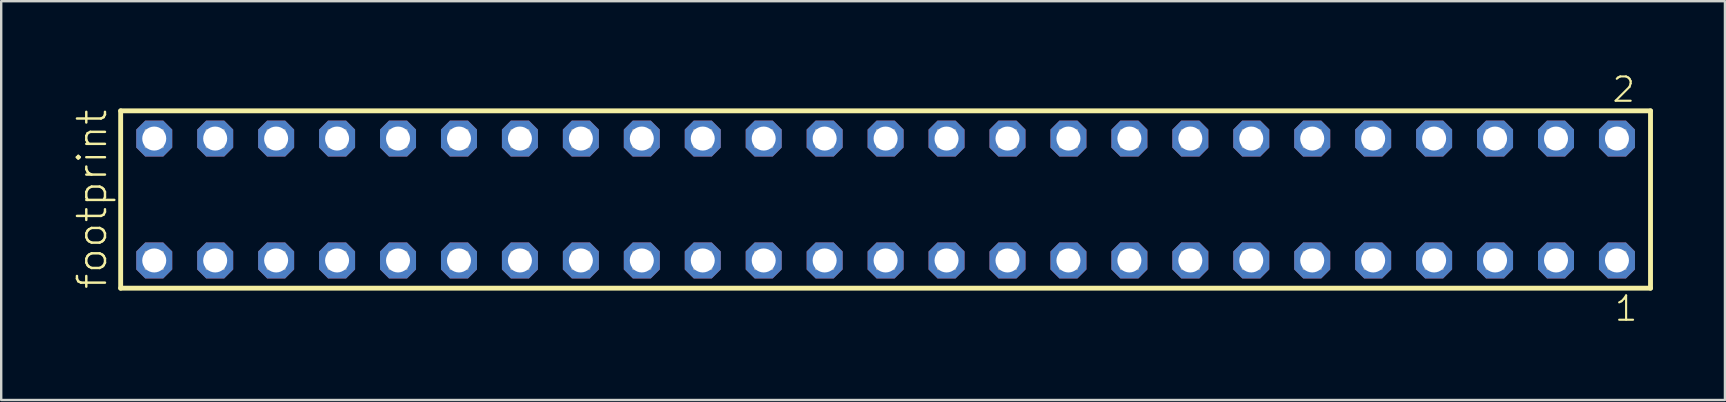
<source format=kicad_pcb>
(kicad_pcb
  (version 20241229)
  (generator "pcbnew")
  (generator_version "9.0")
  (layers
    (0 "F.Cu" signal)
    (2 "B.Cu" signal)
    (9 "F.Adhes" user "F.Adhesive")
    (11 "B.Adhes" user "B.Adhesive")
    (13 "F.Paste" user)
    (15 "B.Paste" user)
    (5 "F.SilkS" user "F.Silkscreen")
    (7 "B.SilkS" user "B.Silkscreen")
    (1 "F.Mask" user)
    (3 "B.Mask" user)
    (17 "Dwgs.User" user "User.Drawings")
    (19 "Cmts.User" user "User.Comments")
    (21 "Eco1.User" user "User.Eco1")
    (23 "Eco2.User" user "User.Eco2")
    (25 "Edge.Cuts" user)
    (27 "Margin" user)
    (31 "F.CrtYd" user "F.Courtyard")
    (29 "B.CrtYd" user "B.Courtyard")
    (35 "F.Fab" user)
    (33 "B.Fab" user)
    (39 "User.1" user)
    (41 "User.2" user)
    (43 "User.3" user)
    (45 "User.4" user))
  (footprint "footprint"
    (layer "F.Cu")
    (at 33.858 5.265)
    (property "Reference" "footprint" (at -32.385 3.81 90) (layer "F.SilkS") (effects (font (size 1.168 1.168) (thickness 0.102)) (justify left bottom)))
    (fp_line (start -31.879 -3.695) (end 31.879 -3.695) (stroke (width 0.203) (type solid)) (layer "F.SilkS"))
    (fp_line (start -31.879 3.695) (end -31.879 -3.695) (stroke (width 0.203) (type solid)) (layer "F.SilkS"))
    (fp_line (start 31.879 -3.695) (end 31.879 3.695) (stroke (width 0.203) (type solid)) (layer "F.SilkS"))
    (fp_line (start 31.879 3.695) (end -31.879 3.695) (stroke (width 0.203) (type solid)) (layer "F.SilkS"))
    (fp_poly (pts (xy -30.83 -2.19) (xy -30.13 -2.19) (xy -30.13 -2.89) (xy -30.83 -2.89)) (stroke (width 0.1) (type solid)) (fill no) (layer "F.Fab"))
    (fp_poly (pts (xy -30.83 2.89) (xy -30.13 2.89) (xy -30.13 2.19) (xy -30.83 2.19)) (stroke (width 0.1) (type solid)) (fill no) (layer "F.Fab"))
    (fp_poly (pts (xy -28.29 -2.19) (xy -27.59 -2.19) (xy -27.59 -2.89) (xy -28.29 -2.89)) (stroke (width 0.1) (type solid)) (fill no) (layer "F.Fab"))
    (fp_poly (pts (xy -28.29 2.89) (xy -27.59 2.89) (xy -27.59 2.19) (xy -28.29 2.19)) (stroke (width 0.1) (type solid)) (fill no) (layer "F.Fab"))
    (fp_poly (pts (xy -25.75 -2.19) (xy -25.05 -2.19) (xy -25.05 -2.89) (xy -25.75 -2.89)) (stroke (width 0.1) (type solid)) (fill no) (layer "F.Fab"))
    (fp_poly (pts (xy -25.75 2.89) (xy -25.05 2.89) (xy -25.05 2.19) (xy -25.75 2.19)) (stroke (width 0.1) (type solid)) (fill no) (layer "F.Fab"))
    (fp_poly (pts (xy -23.21 -2.19) (xy -22.51 -2.19) (xy -22.51 -2.89) (xy -23.21 -2.89)) (stroke (width 0.1) (type solid)) (fill no) (layer "F.Fab"))
    (fp_poly (pts (xy -23.21 2.89) (xy -22.51 2.89) (xy -22.51 2.19) (xy -23.21 2.19)) (stroke (width 0.1) (type solid)) (fill no) (layer "F.Fab"))
    (fp_poly (pts (xy -20.67 -2.19) (xy -19.97 -2.19) (xy -19.97 -2.89) (xy -20.67 -2.89)) (stroke (width 0.1) (type solid)) (fill no) (layer "F.Fab"))
    (fp_poly (pts (xy -20.67 2.89) (xy -19.97 2.89) (xy -19.97 2.19) (xy -20.67 2.19)) (stroke (width 0.1) (type solid)) (fill no) (layer "F.Fab"))
    (fp_poly (pts (xy -18.13 -2.19) (xy -17.43 -2.19) (xy -17.43 -2.89) (xy -18.13 -2.89)) (stroke (width 0.1) (type solid)) (fill no) (layer "F.Fab"))
    (fp_poly (pts (xy -18.13 2.89) (xy -17.43 2.89) (xy -17.43 2.19) (xy -18.13 2.19)) (stroke (width 0.1) (type solid)) (fill no) (layer "F.Fab"))
    (fp_poly (pts (xy -15.59 -2.19) (xy -14.89 -2.19) (xy -14.89 -2.89) (xy -15.59 -2.89)) (stroke (width 0.1) (type solid)) (fill no) (layer "F.Fab"))
    (fp_poly (pts (xy -15.59 2.89) (xy -14.89 2.89) (xy -14.89 2.19) (xy -15.59 2.19)) (stroke (width 0.1) (type solid)) (fill no) (layer "F.Fab"))
    (fp_poly (pts (xy -13.05 -2.19) (xy -12.35 -2.19) (xy -12.35 -2.89) (xy -13.05 -2.89)) (stroke (width 0.1) (type solid)) (fill no) (layer "F.Fab"))
    (fp_poly (pts (xy -13.05 2.89) (xy -12.35 2.89) (xy -12.35 2.19) (xy -13.05 2.19)) (stroke (width 0.1) (type solid)) (fill no) (layer "F.Fab"))
    (fp_poly (pts (xy -10.51 -2.19) (xy -9.81 -2.19) (xy -9.81 -2.89) (xy -10.51 -2.89)) (stroke (width 0.1) (type solid)) (fill no) (layer "F.Fab"))
    (fp_poly (pts (xy -10.51 2.89) (xy -9.81 2.89) (xy -9.81 2.19) (xy -10.51 2.19)) (stroke (width 0.1) (type solid)) (fill no) (layer "F.Fab"))
    (fp_poly (pts (xy -7.97 -2.19) (xy -7.27 -2.19) (xy -7.27 -2.89) (xy -7.97 -2.89)) (stroke (width 0.1) (type solid)) (fill no) (layer "F.Fab"))
    (fp_poly (pts (xy -7.97 2.89) (xy -7.27 2.89) (xy -7.27 2.19) (xy -7.97 2.19)) (stroke (width 0.1) (type solid)) (fill no) (layer "F.Fab"))
    (fp_poly (pts (xy -5.43 -2.19) (xy -4.73 -2.19) (xy -4.73 -2.89) (xy -5.43 -2.89)) (stroke (width 0.1) (type solid)) (fill no) (layer "F.Fab"))
    (fp_poly (pts (xy -5.43 2.89) (xy -4.73 2.89) (xy -4.73 2.19) (xy -5.43 2.19)) (stroke (width 0.1) (type solid)) (fill no) (layer "F.Fab"))
    (fp_poly (pts (xy -2.89 -2.19) (xy -2.19 -2.19) (xy -2.19 -2.89) (xy -2.89 -2.89)) (stroke (width 0.1) (type solid)) (fill no) (layer "F.Fab"))
    (fp_poly (pts (xy -2.89 2.89) (xy -2.19 2.89) (xy -2.19 2.19) (xy -2.89 2.19)) (stroke (width 0.1) (type solid)) (fill no) (layer "F.Fab"))
    (fp_poly (pts (xy -0.35 -2.19) (xy 0.35 -2.19) (xy 0.35 -2.89) (xy -0.35 -2.89)) (stroke (width 0.1) (type solid)) (fill no) (layer "F.Fab"))
    (fp_poly (pts (xy -0.35 2.89) (xy 0.35 2.89) (xy 0.35 2.19) (xy -0.35 2.19)) (stroke (width 0.1) (type solid)) (fill no) (layer "F.Fab"))
    (fp_poly (pts (xy 2.19 -2.19) (xy 2.89 -2.19) (xy 2.89 -2.89) (xy 2.19 -2.89)) (stroke (width 0.1) (type solid)) (fill no) (layer "F.Fab"))
    (fp_poly (pts (xy 2.19 2.89) (xy 2.89 2.89) (xy 2.89 2.19) (xy 2.19 2.19)) (stroke (width 0.1) (type solid)) (fill no) (layer "F.Fab"))
    (fp_poly (pts (xy 4.73 -2.19) (xy 5.43 -2.19) (xy 5.43 -2.89) (xy 4.73 -2.89)) (stroke (width 0.1) (type solid)) (fill no) (layer "F.Fab"))
    (fp_poly (pts (xy 4.73 2.89) (xy 5.43 2.89) (xy 5.43 2.19) (xy 4.73 2.19)) (stroke (width 0.1) (type solid)) (fill no) (layer "F.Fab"))
    (fp_poly (pts (xy 7.27 -2.19) (xy 7.97 -2.19) (xy 7.97 -2.89) (xy 7.27 -2.89)) (stroke (width 0.1) (type solid)) (fill no) (layer "F.Fab"))
    (fp_poly (pts (xy 7.27 2.89) (xy 7.97 2.89) (xy 7.97 2.19) (xy 7.27 2.19)) (stroke (width 0.1) (type solid)) (fill no) (layer "F.Fab"))
    (fp_poly (pts (xy 9.81 -2.19) (xy 10.51 -2.19) (xy 10.51 -2.89) (xy 9.81 -2.89)) (stroke (width 0.1) (type solid)) (fill no) (layer "F.Fab"))
    (fp_poly (pts (xy 9.81 2.89) (xy 10.51 2.89) (xy 10.51 2.19) (xy 9.81 2.19)) (stroke (width 0.1) (type solid)) (fill no) (layer "F.Fab"))
    (fp_poly (pts (xy 12.35 -2.19) (xy 13.05 -2.19) (xy 13.05 -2.89) (xy 12.35 -2.89)) (stroke (width 0.1) (type solid)) (fill no) (layer "F.Fab"))
    (fp_poly (pts (xy 12.35 2.89) (xy 13.05 2.89) (xy 13.05 2.19) (xy 12.35 2.19)) (stroke (width 0.1) (type solid)) (fill no) (layer "F.Fab"))
    (fp_poly (pts (xy 14.89 -2.19) (xy 15.59 -2.19) (xy 15.59 -2.89) (xy 14.89 -2.89)) (stroke (width 0.1) (type solid)) (fill no) (layer "F.Fab"))
    (fp_poly (pts (xy 14.89 2.89) (xy 15.59 2.89) (xy 15.59 2.19) (xy 14.89 2.19)) (stroke (width 0.1) (type solid)) (fill no) (layer "F.Fab"))
    (fp_poly (pts (xy 17.43 -2.19) (xy 18.13 -2.19) (xy 18.13 -2.89) (xy 17.43 -2.89)) (stroke (width 0.1) (type solid)) (fill no) (layer "F.Fab"))
    (fp_poly (pts (xy 17.43 2.89) (xy 18.13 2.89) (xy 18.13 2.19) (xy 17.43 2.19)) (stroke (width 0.1) (type solid)) (fill no) (layer "F.Fab"))
    (fp_poly (pts (xy 19.97 -2.19) (xy 20.67 -2.19) (xy 20.67 -2.89) (xy 19.97 -2.89)) (stroke (width 0.1) (type solid)) (fill no) (layer "F.Fab"))
    (fp_poly (pts (xy 19.97 2.89) (xy 20.67 2.89) (xy 20.67 2.19) (xy 19.97 2.19)) (stroke (width 0.1) (type solid)) (fill no) (layer "F.Fab"))
    (fp_poly (pts (xy 22.51 -2.19) (xy 23.21 -2.19) (xy 23.21 -2.89) (xy 22.51 -2.89)) (stroke (width 0.1) (type solid)) (fill no) (layer "F.Fab"))
    (fp_poly (pts (xy 22.51 2.89) (xy 23.21 2.89) (xy 23.21 2.19) (xy 22.51 2.19)) (stroke (width 0.1) (type solid)) (fill no) (layer "F.Fab"))
    (fp_poly (pts (xy 25.05 -2.19) (xy 25.75 -2.19) (xy 25.75 -2.89) (xy 25.05 -2.89)) (stroke (width 0.1) (type solid)) (fill no) (layer "F.Fab"))
    (fp_poly (pts (xy 25.05 2.89) (xy 25.75 2.89) (xy 25.75 2.19) (xy 25.05 2.19)) (stroke (width 0.1) (type solid)) (fill no) (layer "F.Fab"))
    (fp_poly (pts (xy 27.59 -2.19) (xy 28.29 -2.19) (xy 28.29 -2.89) (xy 27.59 -2.89)) (stroke (width 0.1) (type solid)) (fill no) (layer "F.Fab"))
    (fp_poly (pts (xy 27.59 2.89) (xy 28.29 2.89) (xy 28.29 2.19) (xy 27.59 2.19)) (stroke (width 0.1) (type solid)) (fill no) (layer "F.Fab"))
    (fp_poly (pts (xy 30.13 -2.19) (xy 30.83 -2.19) (xy 30.83 -2.89) (xy 30.13 -2.89)) (stroke (width 0.1) (type solid)) (fill no) (layer "F.Fab"))
    (fp_poly (pts (xy 30.13 2.89) (xy 30.83 2.89) (xy 30.83 2.19) (xy 30.13 2.19)) (stroke (width 0.1) (type solid)) (fill no) (layer "F.Fab"))
    (fp_text user "2" (at 30.222 -3.989 0) (layer "F.SilkS") (effects (font (size 1.012 1.012) (thickness 0.088)) (justify left bottom)))
    (fp_text user "1" (at 30.322 5.138 0) (layer "F.SilkS") (effects (font (size 1.012 1.012) (thickness 0.088)) (justify left bottom)))
    (pad "1" thru_hole roundrect (at 30.48 2.54 180) (size 1.5 1.5) (drill 1) (layers "*.Cu" "*.Mask") (roundrect_rratio 0.25) (chamfer_ratio 0.25) (chamfer top_left top_right bottom_left bottom_right))
    (pad "2" thru_hole roundrect (at 30.48 -2.54 180) (size 1.5 1.5) (drill 1) (layers "*.Cu" "*.Mask") (roundrect_rratio 0.25) (chamfer_ratio 0.25) (chamfer top_left top_right bottom_left bottom_right))
    (pad "3" thru_hole roundrect (at 27.94 2.54 180) (size 1.5 1.5) (drill 1) (layers "*.Cu" "*.Mask") (roundrect_rratio 0.25) (chamfer_ratio 0.25) (chamfer top_left top_right bottom_left bottom_right))
    (pad "4" thru_hole roundrect (at 27.94 -2.54 180) (size 1.5 1.5) (drill 1) (layers "*.Cu" "*.Mask") (roundrect_rratio 0.25) (chamfer_ratio 0.25) (chamfer top_left top_right bottom_left bottom_right))
    (pad "5" thru_hole roundrect (at 25.4 2.54 180) (size 1.5 1.5) (drill 1) (layers "*.Cu" "*.Mask") (roundrect_rratio 0.25) (chamfer_ratio 0.25) (chamfer top_left top_right bottom_left bottom_right))
    (pad "6" thru_hole roundrect (at 25.4 -2.54 180) (size 1.5 1.5) (drill 1) (layers "*.Cu" "*.Mask") (roundrect_rratio 0.25) (chamfer_ratio 0.25) (chamfer top_left top_right bottom_left bottom_right))
    (pad "7" thru_hole roundrect (at 22.86 2.54 180) (size 1.5 1.5) (drill 1) (layers "*.Cu" "*.Mask") (roundrect_rratio 0.25) (chamfer_ratio 0.25) (chamfer top_left top_right bottom_left bottom_right))
    (pad "8" thru_hole roundrect (at 22.86 -2.54 180) (size 1.5 1.5) (drill 1) (layers "*.Cu" "*.Mask") (roundrect_rratio 0.25) (chamfer_ratio 0.25) (chamfer top_left top_right bottom_left bottom_right))
    (pad "9" thru_hole roundrect (at 20.32 2.54 180) (size 1.5 1.5) (drill 1) (layers "*.Cu" "*.Mask") (roundrect_rratio 0.25) (chamfer_ratio 0.25) (chamfer top_left top_right bottom_left bottom_right))
    (pad "10" thru_hole roundrect (at 20.32 -2.54 180) (size 1.5 1.5) (drill 1) (layers "*.Cu" "*.Mask") (roundrect_rratio 0.25) (chamfer_ratio 0.25) (chamfer top_left top_right bottom_left bottom_right))
    (pad "11" thru_hole roundrect (at 17.78 2.54 180) (size 1.5 1.5) (drill 1) (layers "*.Cu" "*.Mask") (roundrect_rratio 0.25) (chamfer_ratio 0.25) (chamfer top_left top_right bottom_left bottom_right))
    (pad "12" thru_hole roundrect (at 17.78 -2.54 180) (size 1.5 1.5) (drill 1) (layers "*.Cu" "*.Mask") (roundrect_rratio 0.25) (chamfer_ratio 0.25) (chamfer top_left top_right bottom_left bottom_right))
    (pad "13" thru_hole roundrect (at 15.24 2.54 180) (size 1.5 1.5) (drill 1) (layers "*.Cu" "*.Mask") (roundrect_rratio 0.25) (chamfer_ratio 0.25) (chamfer top_left top_right bottom_left bottom_right))
    (pad "14" thru_hole roundrect (at 15.24 -2.54 180) (size 1.5 1.5) (drill 1) (layers "*.Cu" "*.Mask") (roundrect_rratio 0.25) (chamfer_ratio 0.25) (chamfer top_left top_right bottom_left bottom_right))
    (pad "15" thru_hole roundrect (at 12.7 2.54 180) (size 1.5 1.5) (drill 1) (layers "*.Cu" "*.Mask") (roundrect_rratio 0.25) (chamfer_ratio 0.25) (chamfer top_left top_right bottom_left bottom_right))
    (pad "16" thru_hole roundrect (at 12.7 -2.54 180) (size 1.5 1.5) (drill 1) (layers "*.Cu" "*.Mask") (roundrect_rratio 0.25) (chamfer_ratio 0.25) (chamfer top_left top_right bottom_left bottom_right))
    (pad "17" thru_hole roundrect (at 10.16 2.54 180) (size 1.5 1.5) (drill 1) (layers "*.Cu" "*.Mask") (roundrect_rratio 0.25) (chamfer_ratio 0.25) (chamfer top_left top_right bottom_left bottom_right))
    (pad "18" thru_hole roundrect (at 10.16 -2.54 180) (size 1.5 1.5) (drill 1) (layers "*.Cu" "*.Mask") (roundrect_rratio 0.25) (chamfer_ratio 0.25) (chamfer top_left top_right bottom_left bottom_right))
    (pad "19" thru_hole roundrect (at 7.62 2.54 180) (size 1.5 1.5) (drill 1) (layers "*.Cu" "*.Mask") (roundrect_rratio 0.25) (chamfer_ratio 0.25) (chamfer top_left top_right bottom_left bottom_right))
    (pad "20" thru_hole roundrect (at 7.62 -2.54 180) (size 1.5 1.5) (drill 1) (layers "*.Cu" "*.Mask") (roundrect_rratio 0.25) (chamfer_ratio 0.25) (chamfer top_left top_right bottom_left bottom_right))
    (pad "21" thru_hole roundrect (at 5.08 2.54 180) (size 1.5 1.5) (drill 1) (layers "*.Cu" "*.Mask") (roundrect_rratio 0.25) (chamfer_ratio 0.25) (chamfer top_left top_right bottom_left bottom_right))
    (pad "22" thru_hole roundrect (at 5.08 -2.54 180) (size 1.5 1.5) (drill 1) (layers "*.Cu" "*.Mask") (roundrect_rratio 0.25) (chamfer_ratio 0.25) (chamfer top_left top_right bottom_left bottom_right))
    (pad "23" thru_hole roundrect (at 2.54 2.54 180) (size 1.5 1.5) (drill 1) (layers "*.Cu" "*.Mask") (roundrect_rratio 0.25) (chamfer_ratio 0.25) (chamfer top_left top_right bottom_left bottom_right))
    (pad "24" thru_hole roundrect (at 2.54 -2.54 180) (size 1.5 1.5) (drill 1) (layers "*.Cu" "*.Mask") (roundrect_rratio 0.25) (chamfer_ratio 0.25) (chamfer top_left top_right bottom_left bottom_right))
    (pad "25" thru_hole roundrect (at 0 2.54 180) (size 1.5 1.5) (drill 1) (layers "*.Cu" "*.Mask") (roundrect_rratio 0.25) (chamfer_ratio 0.25) (chamfer top_left top_right bottom_left bottom_right))
    (pad "26" thru_hole roundrect (at 0 -2.54 180) (size 1.5 1.5) (drill 1) (layers "*.Cu" "*.Mask") (roundrect_rratio 0.25) (chamfer_ratio 0.25) (chamfer top_left top_right bottom_left bottom_right))
    (pad "27" thru_hole roundrect (at -2.54 2.54 180) (size 1.5 1.5) (drill 1) (layers "*.Cu" "*.Mask") (roundrect_rratio 0.25) (chamfer_ratio 0.25) (chamfer top_left top_right bottom_left bottom_right))
    (pad "28" thru_hole roundrect (at -2.54 -2.54 180) (size 1.5 1.5) (drill 1) (layers "*.Cu" "*.Mask") (roundrect_rratio 0.25) (chamfer_ratio 0.25) (chamfer top_left top_right bottom_left bottom_right))
    (pad "29" thru_hole roundrect (at -5.08 2.54 180) (size 1.5 1.5) (drill 1) (layers "*.Cu" "*.Mask") (roundrect_rratio 0.25) (chamfer_ratio 0.25) (chamfer top_left top_right bottom_left bottom_right))
    (pad "30" thru_hole roundrect (at -5.08 -2.54 180) (size 1.5 1.5) (drill 1) (layers "*.Cu" "*.Mask") (roundrect_rratio 0.25) (chamfer_ratio 0.25) (chamfer top_left top_right bottom_left bottom_right))
    (pad "31" thru_hole roundrect (at -7.62 2.54 180) (size 1.5 1.5) (drill 1) (layers "*.Cu" "*.Mask") (roundrect_rratio 0.25) (chamfer_ratio 0.25) (chamfer top_left top_right bottom_left bottom_right))
    (pad "32" thru_hole roundrect (at -7.62 -2.54 180) (size 1.5 1.5) (drill 1) (layers "*.Cu" "*.Mask") (roundrect_rratio 0.25) (chamfer_ratio 0.25) (chamfer top_left top_right bottom_left bottom_right))
    (pad "33" thru_hole roundrect (at -10.16 2.54 180) (size 1.5 1.5) (drill 1) (layers "*.Cu" "*.Mask") (roundrect_rratio 0.25) (chamfer_ratio 0.25) (chamfer top_left top_right bottom_left bottom_right))
    (pad "34" thru_hole roundrect (at -10.16 -2.54 180) (size 1.5 1.5) (drill 1) (layers "*.Cu" "*.Mask") (roundrect_rratio 0.25) (chamfer_ratio 0.25) (chamfer top_left top_right bottom_left bottom_right))
    (pad "35" thru_hole roundrect (at -12.7 2.54 180) (size 1.5 1.5) (drill 1) (layers "*.Cu" "*.Mask") (roundrect_rratio 0.25) (chamfer_ratio 0.25) (chamfer top_left top_right bottom_left bottom_right))
    (pad "36" thru_hole roundrect (at -12.7 -2.54 180) (size 1.5 1.5) (drill 1) (layers "*.Cu" "*.Mask") (roundrect_rratio 0.25) (chamfer_ratio 0.25) (chamfer top_left top_right bottom_left bottom_right))
    (pad "37" thru_hole roundrect (at -15.24 2.54 180) (size 1.5 1.5) (drill 1) (layers "*.Cu" "*.Mask") (roundrect_rratio 0.25) (chamfer_ratio 0.25) (chamfer top_left top_right bottom_left bottom_right))
    (pad "38" thru_hole roundrect (at -15.24 -2.54 180) (size 1.5 1.5) (drill 1) (layers "*.Cu" "*.Mask") (roundrect_rratio 0.25) (chamfer_ratio 0.25) (chamfer top_left top_right bottom_left bottom_right))
    (pad "39" thru_hole roundrect (at -17.78 2.54 180) (size 1.5 1.5) (drill 1) (layers "*.Cu" "*.Mask") (roundrect_rratio 0.25) (chamfer_ratio 0.25) (chamfer top_left top_right bottom_left bottom_right))
    (pad "40" thru_hole roundrect (at -17.78 -2.54 180) (size 1.5 1.5) (drill 1) (layers "*.Cu" "*.Mask") (roundrect_rratio 0.25) (chamfer_ratio 0.25) (chamfer top_left top_right bottom_left bottom_right))
    (pad "41" thru_hole roundrect (at -20.32 2.54 180) (size 1.5 1.5) (drill 1) (layers "*.Cu" "*.Mask") (roundrect_rratio 0.25) (chamfer_ratio 0.25) (chamfer top_left top_right bottom_left bottom_right))
    (pad "42" thru_hole roundrect (at -20.32 -2.54 180) (size 1.5 1.5) (drill 1) (layers "*.Cu" "*.Mask") (roundrect_rratio 0.25) (chamfer_ratio 0.25) (chamfer top_left top_right bottom_left bottom_right))
    (pad "43" thru_hole roundrect (at -22.86 2.54 180) (size 1.5 1.5) (drill 1) (layers "*.Cu" "*.Mask") (roundrect_rratio 0.25) (chamfer_ratio 0.25) (chamfer top_left top_right bottom_left bottom_right))
    (pad "44" thru_hole roundrect (at -22.86 -2.54 180) (size 1.5 1.5) (drill 1) (layers "*.Cu" "*.Mask") (roundrect_rratio 0.25) (chamfer_ratio 0.25) (chamfer top_left top_right bottom_left bottom_right))
    (pad "45" thru_hole roundrect (at -25.4 2.54 180) (size 1.5 1.5) (drill 1) (layers "*.Cu" "*.Mask") (roundrect_rratio 0.25) (chamfer_ratio 0.25) (chamfer top_left top_right bottom_left bottom_right))
    (pad "46" thru_hole roundrect (at -25.4 -2.54 180) (size 1.5 1.5) (drill 1) (layers "*.Cu" "*.Mask") (roundrect_rratio 0.25) (chamfer_ratio 0.25) (chamfer top_left top_right bottom_left bottom_right))
    (pad "47" thru_hole roundrect (at -27.94 2.54 180) (size 1.5 1.5) (drill 1) (layers "*.Cu" "*.Mask") (roundrect_rratio 0.25) (chamfer_ratio 0.25) (chamfer top_left top_right bottom_left bottom_right))
    (pad "48" thru_hole roundrect (at -27.94 -2.54 180) (size 1.5 1.5) (drill 1) (layers "*.Cu" "*.Mask") (roundrect_rratio 0.25) (chamfer_ratio 0.25) (chamfer top_left top_right bottom_left bottom_right))
    (pad "49" thru_hole roundrect (at -30.48 2.54 180) (size 1.5 1.5) (drill 1) (layers "*.Cu" "*.Mask") (roundrect_rratio 0.25) (chamfer_ratio 0.25) (chamfer top_left top_right bottom_left bottom_right))
    (pad "50" thru_hole roundrect (at -30.48 -2.54 180) (size 1.5 1.5) (drill 1) (layers "*.Cu" "*.Mask") (roundrect_rratio 0.25) (chamfer_ratio 0.25) (chamfer top_left top_right bottom_left bottom_right)))
  (gr_rect
    (start -3 -3)
    (end 68.839 13.62)
    (stroke (width 0.1) (type default))
    (fill no)
    (layer "Edge.Cuts")))
</source>
